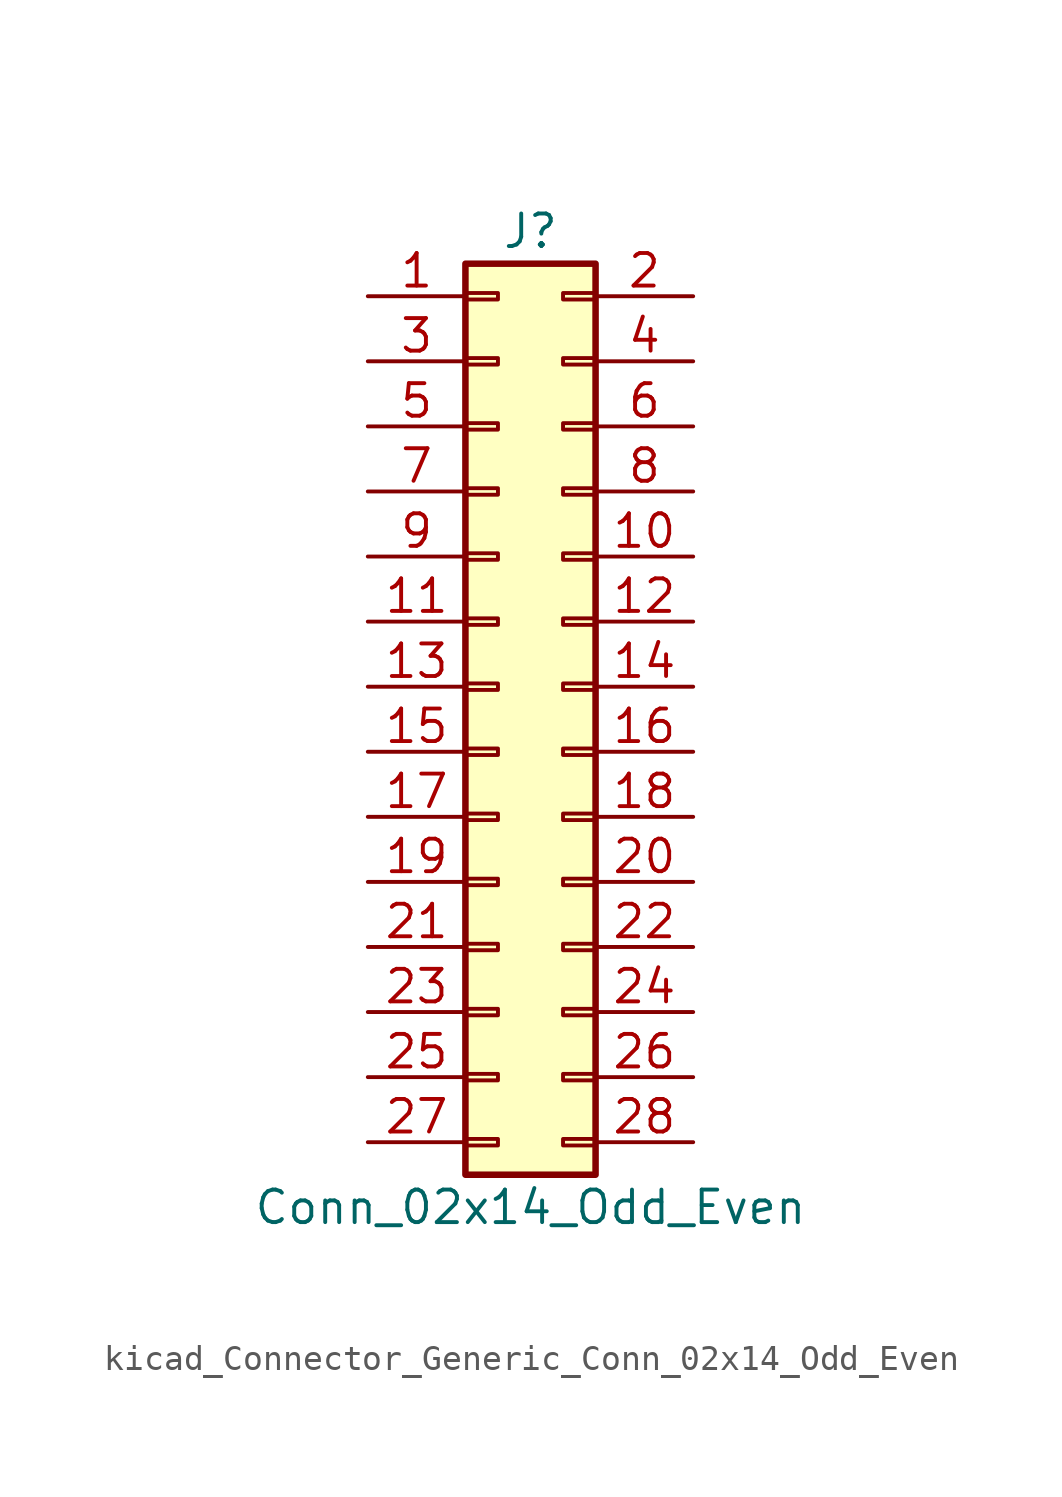
<source format=kicad_sym>
(kicad_symbol_lib
  (version 20220914)
  (generator kicad_symbol_editor)
  (symbol "kicad_Connector_Generic_Conn_02x14_Odd_Even"
    (pin_names
      (offset 1.016) hide)
    (property "Reference" "J"
      (at 1.27 17.78 0)
      (effects (font (size 1.27 1.27))))
    (property "Value" "Conn_02x14_Odd_Even"
      (at 1.27 -20.32 0)
      (effects (font (size 1.27 1.27))))
    (symbol "kicad_Connector_Generic_Conn_02x14_Odd_Even_1_1"
      (rectangle (start -1.27 -17.653) (end 0 -17.907) (stroke (width 0.152) (type default)) (fill (type none)))
      (rectangle (start -1.27 -15.113) (end 0 -15.367) (stroke (width 0.152) (type default)) (fill (type none)))
      (rectangle (start -1.27 -12.573) (end 0 -12.827) (stroke (width 0.152) (type default)) (fill (type none)))
      (rectangle (start -1.27 -10.033) (end 0 -10.287) (stroke (width 0.152) (type default)) (fill (type none)))
      (rectangle (start -1.27 -7.493) (end 0 -7.747) (stroke (width 0.152) (type default)) (fill (type none)))
      (rectangle (start -1.27 -4.953) (end 0 -5.207) (stroke (width 0.152) (type default)) (fill (type none)))
      (rectangle (start -1.27 -2.413) (end 0 -2.667) (stroke (width 0.152) (type default)) (fill (type none)))
      (rectangle (start -1.27 0.127) (end 0 -0.127) (stroke (width 0.152) (type default)) (fill (type none)))
      (rectangle (start -1.27 2.667) (end 0 2.413) (stroke (width 0.152) (type default)) (fill (type none)))
      (rectangle (start -1.27 5.207) (end 0 4.953) (stroke (width 0.152) (type default)) (fill (type none)))
      (rectangle (start -1.27 7.747) (end 0 7.493) (stroke (width 0.152) (type default)) (fill (type none)))
      (rectangle (start -1.27 10.287) (end 0 10.033) (stroke (width 0.152) (type default)) (fill (type none)))
      (rectangle (start -1.27 12.827) (end 0 12.573) (stroke (width 0.152) (type default)) (fill (type none)))
      (rectangle (start -1.27 15.367) (end 0 15.113) (stroke (width 0.152) (type default)) (fill (type none)))
      (rectangle (start -1.27 16.51) (end 3.81 -19.05) (stroke (width 0.254) (type default)) (fill (type background)))
      (rectangle (start 3.81 -17.653) (end 2.54 -17.907) (stroke (width 0.152) (type default)) (fill (type none)))
      (rectangle (start 3.81 -15.113) (end 2.54 -15.367) (stroke (width 0.152) (type default)) (fill (type none)))
      (rectangle (start 3.81 -12.573) (end 2.54 -12.827) (stroke (width 0.152) (type default)) (fill (type none)))
      (rectangle (start 3.81 -10.033) (end 2.54 -10.287) (stroke (width 0.152) (type default)) (fill (type none)))
      (rectangle (start 3.81 -7.493) (end 2.54 -7.747) (stroke (width 0.152) (type default)) (fill (type none)))
      (rectangle (start 3.81 -4.953) (end 2.54 -5.207) (stroke (width 0.152) (type default)) (fill (type none)))
      (rectangle (start 3.81 -2.413) (end 2.54 -2.667) (stroke (width 0.152) (type default)) (fill (type none)))
      (rectangle (start 3.81 0.127) (end 2.54 -0.127) (stroke (width 0.152) (type default)) (fill (type none)))
      (rectangle (start 3.81 2.667) (end 2.54 2.413) (stroke (width 0.152) (type default)) (fill (type none)))
      (rectangle (start 3.81 5.207) (end 2.54 4.953) (stroke (width 0.152) (type default)) (fill (type none)))
      (rectangle (start 3.81 7.747) (end 2.54 7.493) (stroke (width 0.152) (type default)) (fill (type none)))
      (rectangle (start 3.81 10.287) (end 2.54 10.033) (stroke (width 0.152) (type default)) (fill (type none)))
      (rectangle (start 3.81 12.827) (end 2.54 12.573) (stroke (width 0.152) (type default)) (fill (type none)))
      (rectangle (start 3.81 15.367) (end 2.54 15.113) (stroke (width 0.152) (type default)) (fill (type none)))
      (pin passive line (at -5.08 15.24 0) (length 3.81) (name "Pin_1" (effects (font (size 1.27 1.27)))) (number "1" (effects (font (size 1.27 1.27)))))
      (pin passive line (at 7.62 5.08 180) (length 3.81) (name "Pin_10" (effects (font (size 1.27 1.27)))) (number "10" (effects (font (size 1.27 1.27)))))
      (pin passive line (at -5.08 2.54 0) (length 3.81) (name "Pin_11" (effects (font (size 1.27 1.27)))) (number "11" (effects (font (size 1.27 1.27)))))
      (pin passive line (at 7.62 2.54 180) (length 3.81) (name "Pin_12" (effects (font (size 1.27 1.27)))) (number "12" (effects (font (size 1.27 1.27)))))
      (pin passive line (at -5.08 0 0) (length 3.81) (name "Pin_13" (effects (font (size 1.27 1.27)))) (number "13" (effects (font (size 1.27 1.27)))))
      (pin passive line (at 7.62 0 180) (length 3.81) (name "Pin_14" (effects (font (size 1.27 1.27)))) (number "14" (effects (font (size 1.27 1.27)))))
      (pin passive line (at -5.08 -2.54 0) (length 3.81) (name "Pin_15" (effects (font (size 1.27 1.27)))) (number "15" (effects (font (size 1.27 1.27)))))
      (pin passive line (at 7.62 -2.54 180) (length 3.81) (name "Pin_16" (effects (font (size 1.27 1.27)))) (number "16" (effects (font (size 1.27 1.27)))))
      (pin passive line (at -5.08 -5.08 0) (length 3.81) (name "Pin_17" (effects (font (size 1.27 1.27)))) (number "17" (effects (font (size 1.27 1.27)))))
      (pin passive line (at 7.62 -5.08 180) (length 3.81) (name "Pin_18" (effects (font (size 1.27 1.27)))) (number "18" (effects (font (size 1.27 1.27)))))
      (pin passive line (at -5.08 -7.62 0) (length 3.81) (name "Pin_19" (effects (font (size 1.27 1.27)))) (number "19" (effects (font (size 1.27 1.27)))))
      (pin passive line (at 7.62 15.24 180) (length 3.81) (name "Pin_2" (effects (font (size 1.27 1.27)))) (number "2" (effects (font (size 1.27 1.27)))))
      (pin passive line (at 7.62 -7.62 180) (length 3.81) (name "Pin_20" (effects (font (size 1.27 1.27)))) (number "20" (effects (font (size 1.27 1.27)))))
      (pin passive line (at -5.08 -10.16 0) (length 3.81) (name "Pin_21" (effects (font (size 1.27 1.27)))) (number "21" (effects (font (size 1.27 1.27)))))
      (pin passive line (at 7.62 -10.16 180) (length 3.81) (name "Pin_22" (effects (font (size 1.27 1.27)))) (number "22" (effects (font (size 1.27 1.27)))))
      (pin passive line (at -5.08 -12.7 0) (length 3.81) (name "Pin_23" (effects (font (size 1.27 1.27)))) (number "23" (effects (font (size 1.27 1.27)))))
      (pin passive line (at 7.62 -12.7 180) (length 3.81) (name "Pin_24" (effects (font (size 1.27 1.27)))) (number "24" (effects (font (size 1.27 1.27)))))
      (pin passive line (at -5.08 -15.24 0) (length 3.81) (name "Pin_25" (effects (font (size 1.27 1.27)))) (number "25" (effects (font (size 1.27 1.27)))))
      (pin passive line (at 7.62 -15.24 180) (length 3.81) (name "Pin_26" (effects (font (size 1.27 1.27)))) (number "26" (effects (font (size 1.27 1.27)))))
      (pin passive line (at -5.08 -17.78 0) (length 3.81) (name "Pin_27" (effects (font (size 1.27 1.27)))) (number "27" (effects (font (size 1.27 1.27)))))
      (pin passive line (at 7.62 -17.78 180) (length 3.81) (name "Pin_28" (effects (font (size 1.27 1.27)))) (number "28" (effects (font (size 1.27 1.27)))))
      (pin passive line (at -5.08 12.7 0) (length 3.81) (name "Pin_3" (effects (font (size 1.27 1.27)))) (number "3" (effects (font (size 1.27 1.27)))))
      (pin passive line (at 7.62 12.7 180) (length 3.81) (name "Pin_4" (effects (font (size 1.27 1.27)))) (number "4" (effects (font (size 1.27 1.27)))))
      (pin passive line (at -5.08 10.16 0) (length 3.81) (name "Pin_5" (effects (font (size 1.27 1.27)))) (number "5" (effects (font (size 1.27 1.27)))))
      (pin passive line (at 7.62 10.16 180) (length 3.81) (name "Pin_6" (effects (font (size 1.27 1.27)))) (number "6" (effects (font (size 1.27 1.27)))))
      (pin passive line (at -5.08 7.62 0) (length 3.81) (name "Pin_7" (effects (font (size 1.27 1.27)))) (number "7" (effects (font (size 1.27 1.27)))))
      (pin passive line (at 7.62 7.62 180) (length 3.81) (name "Pin_8" (effects (font (size 1.27 1.27)))) (number "8" (effects (font (size 1.27 1.27)))))
      (pin passive line (at -5.08 5.08 0) (length 3.81) (name "Pin_9" (effects (font (size 1.27 1.27)))) (number "9" (effects (font (size 1.27 1.27))))))))
</source>
